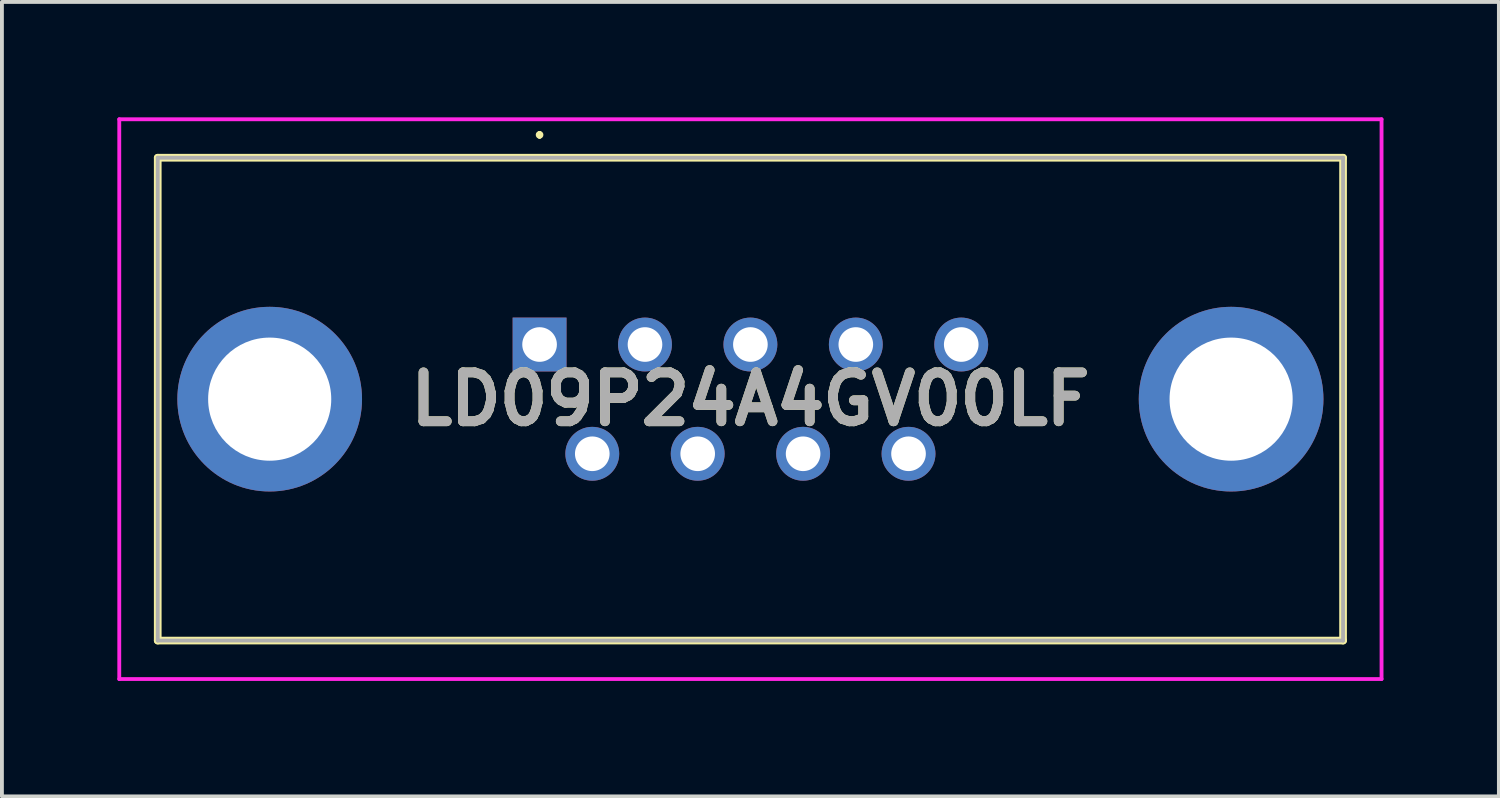
<source format=kicad_pcb>
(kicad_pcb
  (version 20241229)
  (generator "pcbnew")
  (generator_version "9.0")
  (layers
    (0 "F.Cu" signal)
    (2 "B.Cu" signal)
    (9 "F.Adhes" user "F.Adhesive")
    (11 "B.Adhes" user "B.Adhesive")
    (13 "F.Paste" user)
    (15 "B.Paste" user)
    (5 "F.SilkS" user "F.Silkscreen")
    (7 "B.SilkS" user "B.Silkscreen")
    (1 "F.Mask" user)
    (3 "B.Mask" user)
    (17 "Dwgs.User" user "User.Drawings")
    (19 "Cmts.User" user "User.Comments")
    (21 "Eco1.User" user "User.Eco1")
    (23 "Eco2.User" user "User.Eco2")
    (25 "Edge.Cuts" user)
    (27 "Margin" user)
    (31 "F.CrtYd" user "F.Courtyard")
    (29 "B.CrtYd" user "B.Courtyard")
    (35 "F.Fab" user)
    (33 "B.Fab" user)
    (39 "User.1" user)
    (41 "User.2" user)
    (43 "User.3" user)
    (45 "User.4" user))
  (footprint "LD09P24A4GV00LF"
    (layer "F.Cu")
    (at 10.975 5.905)
    (property "Reference" "LD09P24A4GV00LF" (at 5.48 1.42 0) (layer "F.SilkS") (effects (font (size 1.27 1.27) (thickness 0.254))))
    (attr through_hole)
    (fp_line (start -9.925 -4.855) (end 20.885 -4.855) (stroke (width 0.2) (type solid)) (layer "F.SilkS"))
    (fp_line (start -9.925 7.695) (end -9.925 -4.855) (stroke (width 0.2) (type solid)) (layer "F.SilkS"))
    (fp_line (start 0 -5.5) (end 0 -5.5) (stroke (width 0.1) (type solid)) (layer "F.SilkS"))
    (fp_line (start 0 -5.4) (end 0 -5.4) (stroke (width 0.1) (type solid)) (layer "F.SilkS"))
    (fp_line (start 20.885 -4.855) (end 20.885 7.695) (stroke (width 0.2) (type solid)) (layer "F.SilkS"))
    (fp_line (start 20.885 7.695) (end -9.925 7.695) (stroke (width 0.2) (type solid)) (layer "F.SilkS"))
    (fp_arc (start 0 -5.5) (mid 0.05 -5.45) (end 0 -5.4) (stroke (width 0.1) (type solid)) (layer "F.SilkS"))
    (fp_arc (start 0 -5.4) (mid -0.05 -5.45) (end 0 -5.5) (stroke (width 0.1) (type solid)) (layer "F.SilkS"))
    (fp_line (start -10.925 -5.855) (end 21.885 -5.855) (stroke (width 0.1) (type solid)) (layer "F.CrtYd"))
    (fp_line (start -10.925 8.695) (end -10.925 -5.855) (stroke (width 0.1) (type solid)) (layer "F.CrtYd"))
    (fp_line (start 21.885 -5.855) (end 21.885 8.695) (stroke (width 0.1) (type solid)) (layer "F.CrtYd"))
    (fp_line (start 21.885 8.695) (end -10.925 8.695) (stroke (width 0.1) (type solid)) (layer "F.CrtYd"))
    (fp_line (start -9.925 -4.855) (end 20.885 -4.855) (stroke (width 0.1) (type solid)) (layer "F.Fab"))
    (fp_line (start -9.925 7.695) (end -9.925 -4.855) (stroke (width 0.1) (type solid)) (layer "F.Fab"))
    (fp_line (start 20.885 -4.855) (end 20.885 7.695) (stroke (width 0.1) (type solid)) (layer "F.Fab"))
    (fp_line (start 20.885 7.695) (end -9.925 7.695) (stroke (width 0.1) (type solid)) (layer "F.Fab"))
    (fp_text user "${REFERENCE}" (at 5.48 1.42 0) (layer "F.Fab") (effects (font (size 1.27 1.27) (thickness 0.254))))
    (pad "1" thru_hole rect (at 0 0) (size 1.4 1.4) (drill 0.9) (layers "*.Cu" "*.Mask"))
    (pad "2" thru_hole circle (at 2.74 0) (size 1.4 1.4) (drill 0.9) (layers "*.Cu" "*.Mask"))
    (pad "3" thru_hole circle (at 5.48 0) (size 1.4 1.4) (drill 0.9) (layers "*.Cu" "*.Mask"))
    (pad "4" thru_hole circle (at 8.22 0) (size 1.4 1.4) (drill 0.9) (layers "*.Cu" "*.Mask"))
    (pad "5" thru_hole circle (at 10.96 0) (size 1.4 1.4) (drill 0.9) (layers "*.Cu" "*.Mask"))
    (pad "6" thru_hole circle (at 1.37 2.84) (size 1.4 1.4) (drill 0.9) (layers "*.Cu" "*.Mask"))
    (pad "7" thru_hole circle (at 4.11 2.84) (size 1.4 1.4) (drill 0.9) (layers "*.Cu" "*.Mask"))
    (pad "8" thru_hole circle (at 6.85 2.84) (size 1.4 1.4) (drill 0.9) (layers "*.Cu" "*.Mask"))
    (pad "9" thru_hole circle (at 9.59 2.84) (size 1.4 1.4) (drill 0.9) (layers "*.Cu" "*.Mask"))
    (pad "MH1" thru_hole circle (at -7.015 1.42) (size 4.8 4.8) (drill 3.2) (layers "*.Cu" "*.Mask"))
    (pad "MH2" thru_hole circle (at 17.975 1.42) (size 4.8 4.8) (drill 3.2) (layers "*.Cu" "*.Mask")))
  (gr_rect
    (start -3 -3)
    (end 35.91 17.65)
    (stroke (width 0.1) (type default))
    (fill no)
    (layer "Edge.Cuts")))
</source>
